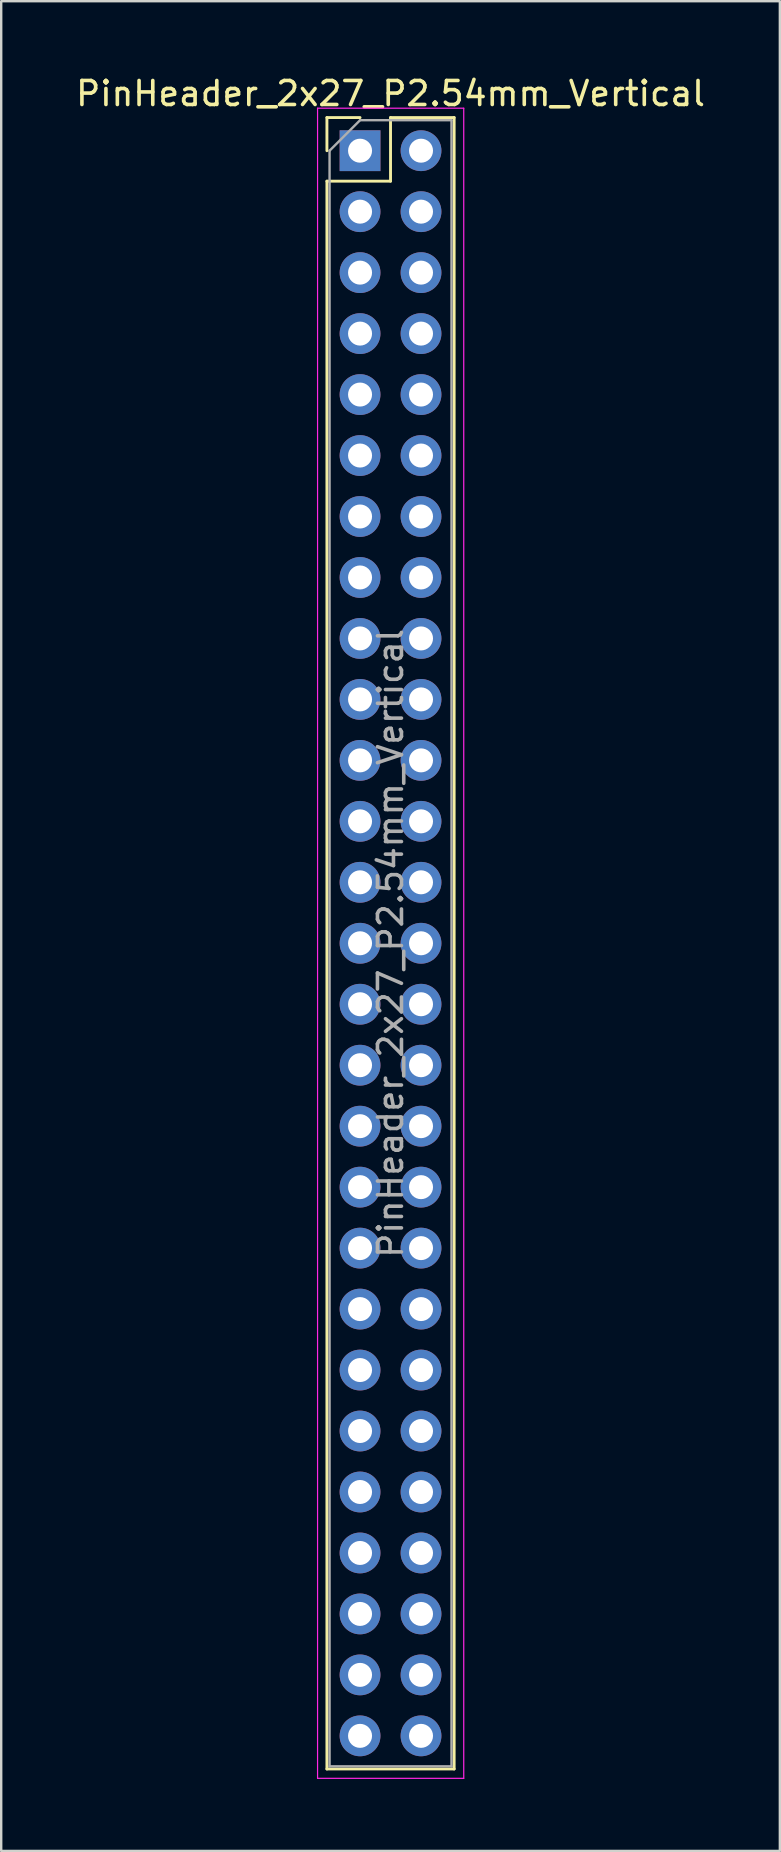
<source format=kicad_pcb>
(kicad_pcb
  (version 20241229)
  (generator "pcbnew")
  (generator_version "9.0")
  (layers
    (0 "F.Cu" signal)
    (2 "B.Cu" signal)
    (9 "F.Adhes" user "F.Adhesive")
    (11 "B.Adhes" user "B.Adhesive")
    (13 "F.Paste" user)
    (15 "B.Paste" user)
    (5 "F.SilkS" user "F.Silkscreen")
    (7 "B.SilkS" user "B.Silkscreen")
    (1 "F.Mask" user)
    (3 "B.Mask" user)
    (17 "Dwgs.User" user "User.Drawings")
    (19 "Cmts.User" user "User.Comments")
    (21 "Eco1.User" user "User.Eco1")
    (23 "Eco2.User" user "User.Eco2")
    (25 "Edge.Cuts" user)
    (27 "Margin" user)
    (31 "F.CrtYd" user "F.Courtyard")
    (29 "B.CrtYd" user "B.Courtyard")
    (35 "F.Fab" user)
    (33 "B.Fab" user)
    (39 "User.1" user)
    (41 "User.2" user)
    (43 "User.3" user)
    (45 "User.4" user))
  (footprint "PinHeader_2x27_P2.54mm_Vertical"
    (layer "F.Cu")
    (at 11.95 3.228)
    (property "Reference" "PinHeader_2x27_P2.54mm_Vertical" (at 1.27 -2.38 0) (layer "F.SilkS") (effects (font (size 1 1) (thickness 0.15))))
    (attr through_hole)
    (fp_line (start -1.38 -1.38) (end 0 -1.38) (stroke (width 0.12) (type solid)) (layer "F.SilkS"))
    (fp_line (start -1.38 0) (end -1.38 -1.38) (stroke (width 0.12) (type solid)) (layer "F.SilkS"))
    (fp_line (start -1.38 1.27) (end -1.38 67.42) (stroke (width 0.12) (type solid)) (layer "F.SilkS"))
    (fp_line (start -1.38 1.27) (end 1.27 1.27) (stroke (width 0.12) (type solid)) (layer "F.SilkS"))
    (fp_line (start -1.38 67.42) (end 3.92 67.42) (stroke (width 0.12) (type solid)) (layer "F.SilkS"))
    (fp_line (start 1.27 -1.38) (end 3.92 -1.38) (stroke (width 0.12) (type solid)) (layer "F.SilkS"))
    (fp_line (start 1.27 1.27) (end 1.27 -1.38) (stroke (width 0.12) (type solid)) (layer "F.SilkS"))
    (fp_line (start 3.92 -1.38) (end 3.92 67.42) (stroke (width 0.12) (type solid)) (layer "F.SilkS"))
    (fp_line (start -1.77 -1.77) (end -1.77 67.81) (stroke (width 0.05) (type solid)) (layer "F.CrtYd"))
    (fp_line (start -1.77 67.81) (end 4.32 67.81) (stroke (width 0.05) (type solid)) (layer "F.CrtYd"))
    (fp_line (start 4.32 -1.77) (end -1.77 -1.77) (stroke (width 0.05) (type solid)) (layer "F.CrtYd"))
    (fp_line (start 4.32 67.81) (end 4.32 -1.77) (stroke (width 0.05) (type solid)) (layer "F.CrtYd"))
    (fp_line (start -1.27 0) (end 0 -1.27) (stroke (width 0.1) (type solid)) (layer "F.Fab"))
    (fp_line (start -1.27 67.31) (end -1.27 0) (stroke (width 0.1) (type solid)) (layer "F.Fab"))
    (fp_line (start 0 -1.27) (end 3.81 -1.27) (stroke (width 0.1) (type solid)) (layer "F.Fab"))
    (fp_line (start 3.81 -1.27) (end 3.81 67.31) (stroke (width 0.1) (type solid)) (layer "F.Fab"))
    (fp_line (start 3.81 67.31) (end -1.27 67.31) (stroke (width 0.1) (type solid)) (layer "F.Fab"))
    (fp_text user "${REFERENCE}" (at 1.27 33.02 90) (layer "F.Fab") (effects (font (size 1 1) (thickness 0.15))))
    (pad "1" thru_hole rect (at 0 0) (size 1.7 1.7) (drill 1) (layers "*.Cu" "*.Mask"))
    (pad "2" thru_hole circle (at 2.54 0) (size 1.7 1.7) (drill 1) (layers "*.Cu" "*.Mask"))
    (pad "3" thru_hole circle (at 0 2.54) (size 1.7 1.7) (drill 1) (layers "*.Cu" "*.Mask"))
    (pad "4" thru_hole circle (at 2.54 2.54) (size 1.7 1.7) (drill 1) (layers "*.Cu" "*.Mask"))
    (pad "5" thru_hole circle (at 0 5.08) (size 1.7 1.7) (drill 1) (layers "*.Cu" "*.Mask"))
    (pad "6" thru_hole circle (at 2.54 5.08) (size 1.7 1.7) (drill 1) (layers "*.Cu" "*.Mask"))
    (pad "7" thru_hole circle (at 0 7.62) (size 1.7 1.7) (drill 1) (layers "*.Cu" "*.Mask"))
    (pad "8" thru_hole circle (at 2.54 7.62) (size 1.7 1.7) (drill 1) (layers "*.Cu" "*.Mask"))
    (pad "9" thru_hole circle (at 0 10.16) (size 1.7 1.7) (drill 1) (layers "*.Cu" "*.Mask"))
    (pad "10" thru_hole circle (at 2.54 10.16) (size 1.7 1.7) (drill 1) (layers "*.Cu" "*.Mask"))
    (pad "11" thru_hole circle (at 0 12.7) (size 1.7 1.7) (drill 1) (layers "*.Cu" "*.Mask"))
    (pad "12" thru_hole circle (at 2.54 12.7) (size 1.7 1.7) (drill 1) (layers "*.Cu" "*.Mask"))
    (pad "13" thru_hole circle (at 0 15.24) (size 1.7 1.7) (drill 1) (layers "*.Cu" "*.Mask"))
    (pad "14" thru_hole circle (at 2.54 15.24) (size 1.7 1.7) (drill 1) (layers "*.Cu" "*.Mask"))
    (pad "15" thru_hole circle (at 0 17.78) (size 1.7 1.7) (drill 1) (layers "*.Cu" "*.Mask"))
    (pad "16" thru_hole circle (at 2.54 17.78) (size 1.7 1.7) (drill 1) (layers "*.Cu" "*.Mask"))
    (pad "17" thru_hole circle (at 0 20.32) (size 1.7 1.7) (drill 1) (layers "*.Cu" "*.Mask"))
    (pad "18" thru_hole circle (at 2.54 20.32) (size 1.7 1.7) (drill 1) (layers "*.Cu" "*.Mask"))
    (pad "19" thru_hole circle (at 0 22.86) (size 1.7 1.7) (drill 1) (layers "*.Cu" "*.Mask"))
    (pad "20" thru_hole circle (at 2.54 22.86) (size 1.7 1.7) (drill 1) (layers "*.Cu" "*.Mask"))
    (pad "21" thru_hole circle (at 0 25.4) (size 1.7 1.7) (drill 1) (layers "*.Cu" "*.Mask"))
    (pad "22" thru_hole circle (at 2.54 25.4) (size 1.7 1.7) (drill 1) (layers "*.Cu" "*.Mask"))
    (pad "23" thru_hole circle (at 0 27.94) (size 1.7 1.7) (drill 1) (layers "*.Cu" "*.Mask"))
    (pad "24" thru_hole circle (at 2.54 27.94) (size 1.7 1.7) (drill 1) (layers "*.Cu" "*.Mask"))
    (pad "25" thru_hole circle (at 0 30.48) (size 1.7 1.7) (drill 1) (layers "*.Cu" "*.Mask"))
    (pad "26" thru_hole circle (at 2.54 30.48) (size 1.7 1.7) (drill 1) (layers "*.Cu" "*.Mask"))
    (pad "27" thru_hole circle (at 0 33.02) (size 1.7 1.7) (drill 1) (layers "*.Cu" "*.Mask"))
    (pad "28" thru_hole circle (at 2.54 33.02) (size 1.7 1.7) (drill 1) (layers "*.Cu" "*.Mask"))
    (pad "29" thru_hole circle (at 0 35.56) (size 1.7 1.7) (drill 1) (layers "*.Cu" "*.Mask"))
    (pad "30" thru_hole circle (at 2.54 35.56) (size 1.7 1.7) (drill 1) (layers "*.Cu" "*.Mask"))
    (pad "31" thru_hole circle (at 0 38.1) (size 1.7 1.7) (drill 1) (layers "*.Cu" "*.Mask"))
    (pad "32" thru_hole circle (at 2.54 38.1) (size 1.7 1.7) (drill 1) (layers "*.Cu" "*.Mask"))
    (pad "33" thru_hole circle (at 0 40.64) (size 1.7 1.7) (drill 1) (layers "*.Cu" "*.Mask"))
    (pad "34" thru_hole circle (at 2.54 40.64) (size 1.7 1.7) (drill 1) (layers "*.Cu" "*.Mask"))
    (pad "35" thru_hole circle (at 0 43.18) (size 1.7 1.7) (drill 1) (layers "*.Cu" "*.Mask"))
    (pad "36" thru_hole circle (at 2.54 43.18) (size 1.7 1.7) (drill 1) (layers "*.Cu" "*.Mask"))
    (pad "37" thru_hole circle (at 0 45.72) (size 1.7 1.7) (drill 1) (layers "*.Cu" "*.Mask"))
    (pad "38" thru_hole circle (at 2.54 45.72) (size 1.7 1.7) (drill 1) (layers "*.Cu" "*.Mask"))
    (pad "39" thru_hole circle (at 0 48.26) (size 1.7 1.7) (drill 1) (layers "*.Cu" "*.Mask"))
    (pad "40" thru_hole circle (at 2.54 48.26) (size 1.7 1.7) (drill 1) (layers "*.Cu" "*.Mask"))
    (pad "41" thru_hole circle (at 0 50.8) (size 1.7 1.7) (drill 1) (layers "*.Cu" "*.Mask"))
    (pad "42" thru_hole circle (at 2.54 50.8) (size 1.7 1.7) (drill 1) (layers "*.Cu" "*.Mask"))
    (pad "43" thru_hole circle (at 0 53.34) (size 1.7 1.7) (drill 1) (layers "*.Cu" "*.Mask"))
    (pad "44" thru_hole circle (at 2.54 53.34) (size 1.7 1.7) (drill 1) (layers "*.Cu" "*.Mask"))
    (pad "45" thru_hole circle (at 0 55.88) (size 1.7 1.7) (drill 1) (layers "*.Cu" "*.Mask"))
    (pad "46" thru_hole circle (at 2.54 55.88) (size 1.7 1.7) (drill 1) (layers "*.Cu" "*.Mask"))
    (pad "47" thru_hole circle (at 0 58.42) (size 1.7 1.7) (drill 1) (layers "*.Cu" "*.Mask"))
    (pad "48" thru_hole circle (at 2.54 58.42) (size 1.7 1.7) (drill 1) (layers "*.Cu" "*.Mask"))
    (pad "49" thru_hole circle (at 0 60.96) (size 1.7 1.7) (drill 1) (layers "*.Cu" "*.Mask"))
    (pad "50" thru_hole circle (at 2.54 60.96) (size 1.7 1.7) (drill 1) (layers "*.Cu" "*.Mask"))
    (pad "51" thru_hole circle (at 0 63.5) (size 1.7 1.7) (drill 1) (layers "*.Cu" "*.Mask"))
    (pad "52" thru_hole circle (at 2.54 63.5) (size 1.7 1.7) (drill 1) (layers "*.Cu" "*.Mask"))
    (pad "53" thru_hole circle (at 0 66.04) (size 1.7 1.7) (drill 1) (layers "*.Cu" "*.Mask"))
    (pad "54" thru_hole circle (at 2.54 66.04) (size 1.7 1.7) (drill 1) (layers "*.Cu" "*.Mask")))
  (gr_rect
    (start -3 -3)
    (end 29.44 74.063)
    (stroke (width 0.1) (type default))
    (fill no)
    (layer "Edge.Cuts")))
</source>
